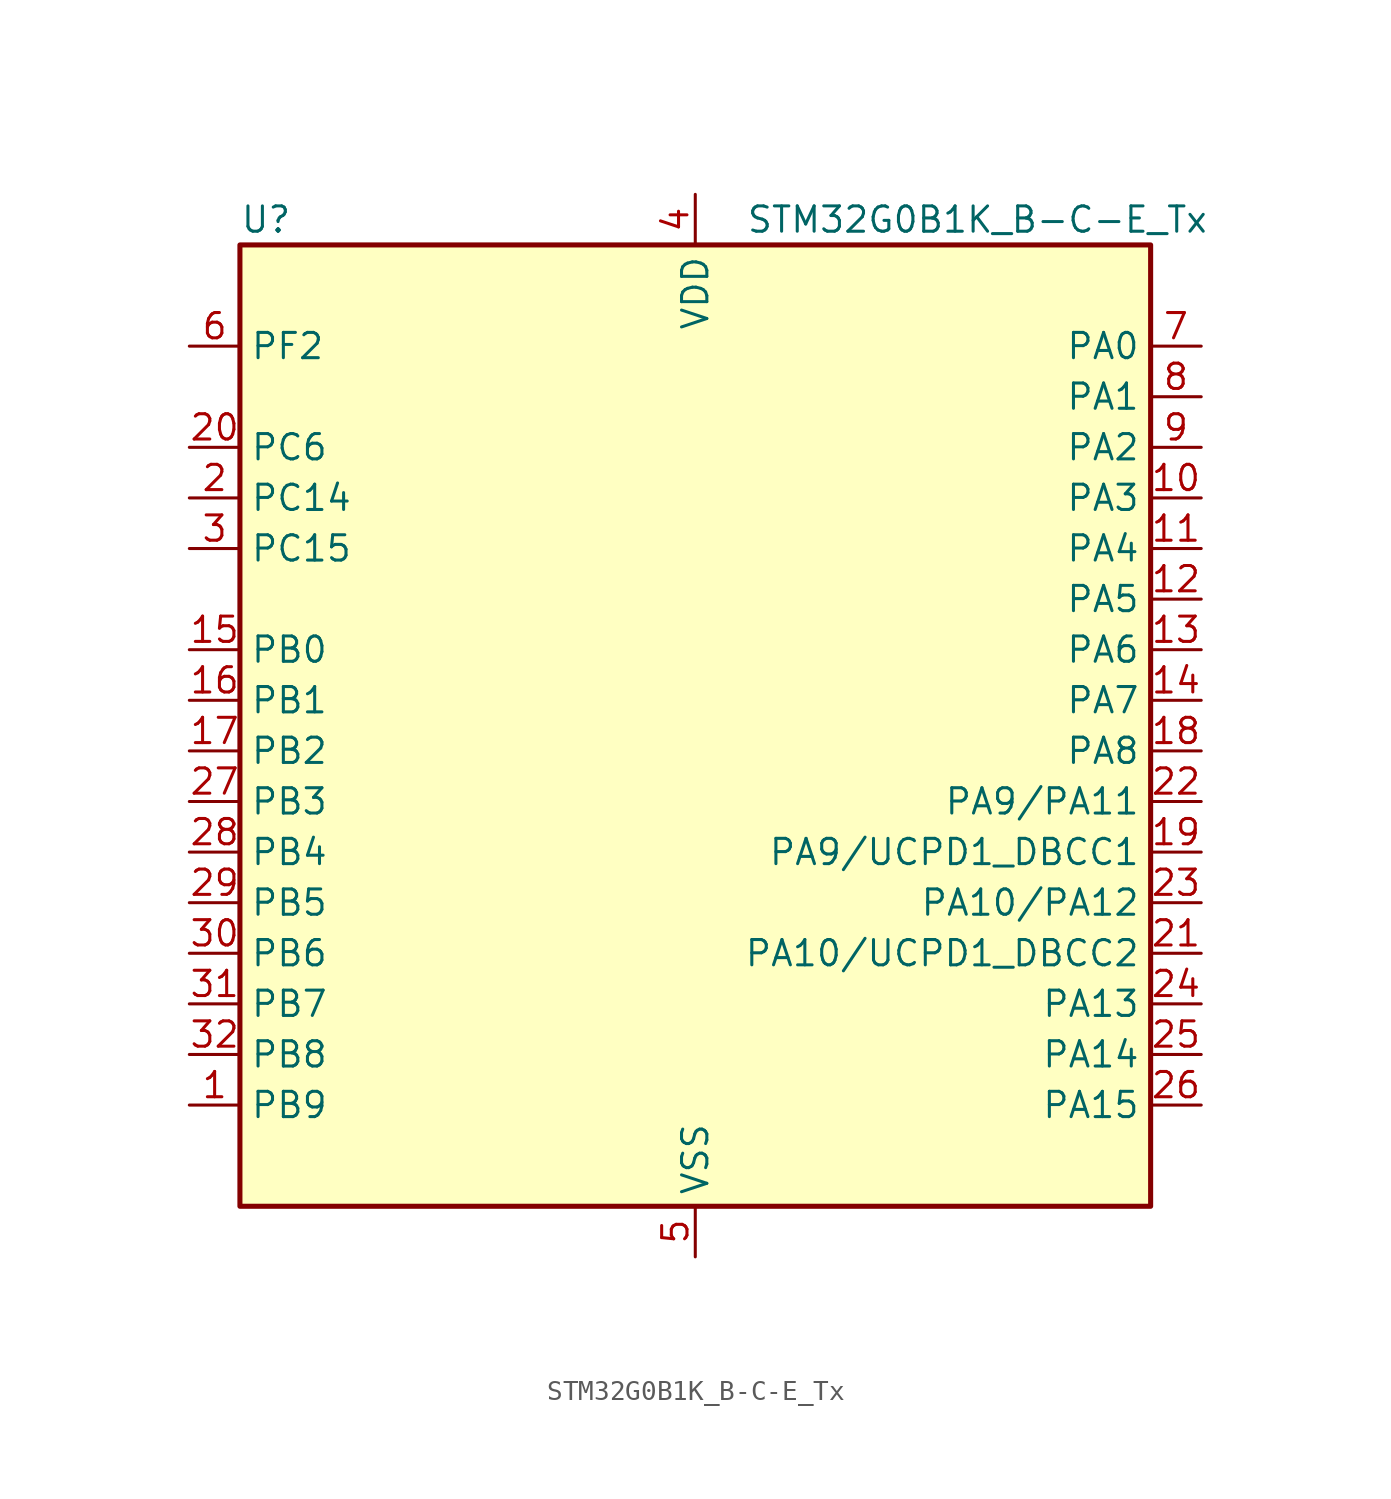
<source format=kicad_sym>
(kicad_symbol_lib
  (version 20241209)
  (generator "kicad_symbol_editor")
  (generator_version "9.0")
  (symbol "STM32G0B1K_B-C-E_Tx"
    (property "Reference" "U"
      (at -22.86 26.67 0)
      (effects (font (size 1.27 1.27)) (justify left)))
    (property "Value" "STM32G0B1K_B-C-E_Tx"
      (at 2.54 26.67 0)
      (effects (font (size 1.27 1.27)) (justify left)))
    (symbol "STM32G0B1K_B-C-E_Tx_0_1"
      (rectangle (start -22.86 -22.86) (end 22.86 25.4) (stroke (width 0.254) (type default)) (fill (type background))))
    (symbol "STM32G0B1K_B-C-E_Tx_1_1"
      (pin bidirectional line (at -25.4 20.32 0) (length 2.54) (name "PF2" (effects (font (size 1.27 1.27)))) (number "6" (effects (font (size 1.27 1.27)))) (alternate "LPUART2_DE" bidirectional line) (alternate "LPUART2_RTS" bidirectional line) (alternate "LPUART2_TX" bidirectional line) (alternate "RCC_MCO" bidirectional line))
      (pin bidirectional line (at -25.4 15.24 0) (length 2.54) (name "PC6" (effects (font (size 1.27 1.27)))) (number "20" (effects (font (size 1.27 1.27)))) (alternate "LPUART2_TX" bidirectional line) (alternate "TIM2_CH3" bidirectional line) (alternate "TIM3_CH1" bidirectional line) (alternate "UCPD1_FRSTX1" bidirectional line) (alternate "UCPD1_FRSTX2" bidirectional line))
      (pin bidirectional line (at -25.4 12.7 0) (length 2.54) (name "PC14" (effects (font (size 1.27 1.27)))) (number "2" (effects (font (size 1.27 1.27)))) (alternate "RCC_OSC32_IN" bidirectional line) (alternate "RCC_OSC_IN" bidirectional line) (alternate "TIM1_BK2" bidirectional line))
      (pin bidirectional line (at -25.4 10.16 0) (length 2.54) (name "PC15" (effects (font (size 1.27 1.27)))) (number "3" (effects (font (size 1.27 1.27)))) (alternate "RCC_OSC32_EN" bidirectional line) (alternate "RCC_OSC32_OUT" bidirectional line) (alternate "RCC_OSC_EN" bidirectional line) (alternate "TIM15_BK" bidirectional line))
      (pin bidirectional line (at -25.4 5.08 0) (length 2.54) (name "PB0" (effects (font (size 1.27 1.27)))) (number "15" (effects (font (size 1.27 1.27)))) (alternate "ADC1_IN8" bidirectional line) (alternate "COMP1_OUT" bidirectional line) (alternate "COMP3_INP" bidirectional line) (alternate "FDCAN2_RX" bidirectional line) (alternate "I2S1_WS" bidirectional line) (alternate "LPTIM1_OUT" bidirectional line) (alternate "LPUART2_CTS" bidirectional line) (alternate "SPI1_NSS" bidirectional line) (alternate "TIM1_CH2N" bidirectional line) (alternate "TIM3_CH3" bidirectional line) (alternate "UCPD1_FRSTX1" bidirectional line) (alternate "UCPD1_FRSTX2" bidirectional line) (alternate "USART3_RX" bidirectional line) (alternate "USART5_TX" bidirectional line))
      (pin bidirectional line (at -25.4 2.54 0) (length 2.54) (name "PB1" (effects (font (size 1.27 1.27)))) (number "16" (effects (font (size 1.27 1.27)))) (alternate "ADC1_IN9" bidirectional line) (alternate "COMP1_INM" bidirectional line) (alternate "COMP3_OUT" bidirectional line) (alternate "FDCAN2_TX" bidirectional line) (alternate "LPTIM2_IN1" bidirectional line) (alternate "LPUART1_DE" bidirectional line) (alternate "LPUART1_RTS" bidirectional line) (alternate "LPUART2_DE" bidirectional line) (alternate "LPUART2_RTS" bidirectional line) (alternate "TIM14_CH1" bidirectional line) (alternate "TIM1_CH3N" bidirectional line) (alternate "TIM3_CH4" bidirectional line) (alternate "USART3_CK" bidirectional line) (alternate "USART3_DE" bidirectional line) (alternate "USART3_RTS" bidirectional line) (alternate "USART5_RX" bidirectional line))
      (pin bidirectional line (at -25.4 0 0) (length 2.54) (name "PB2" (effects (font (size 1.27 1.27)))) (number "17" (effects (font (size 1.27 1.27)))) (alternate "ADC1_IN10" bidirectional line) (alternate "COMP1_INP" bidirectional line) (alternate "COMP3_INM" bidirectional line) (alternate "I2S2_MCK" bidirectional line) (alternate "LPTIM1_OUT" bidirectional line) (alternate "RCC_MCO_2" bidirectional line) (alternate "SPI2_MISO" bidirectional line) (alternate "USART3_TX" bidirectional line))
      (pin bidirectional line (at -25.4 -2.54 0) (length 2.54) (name "PB3" (effects (font (size 1.27 1.27)))) (number "27" (effects (font (size 1.27 1.27)))) (alternate "COMP2_INM" bidirectional line) (alternate "I2C2_SCL" bidirectional line) (alternate "I2C3_SCL" bidirectional line) (alternate "I2S1_CK" bidirectional line) (alternate "SPI1_SCK" bidirectional line) (alternate "SPI3_SCK" bidirectional line) (alternate "TIM1_CH2" bidirectional line) (alternate "TIM2_CH2" bidirectional line) (alternate "USART1_CK" bidirectional line) (alternate "USART1_DE" bidirectional line) (alternate "USART1_RTS" bidirectional line) (alternate "USART5_TX" bidirectional line))
      (pin bidirectional line (at -25.4 -5.08 0) (length 2.54) (name "PB4" (effects (font (size 1.27 1.27)))) (number "28" (effects (font (size 1.27 1.27)))) (alternate "COMP2_INP" bidirectional line) (alternate "I2C2_SDA" bidirectional line) (alternate "I2C3_SDA" bidirectional line) (alternate "I2S1_MCK" bidirectional line) (alternate "SPI1_MISO" bidirectional line) (alternate "SPI3_MISO" bidirectional line) (alternate "TIM17_BK" bidirectional line) (alternate "TIM3_CH1" bidirectional line) (alternate "USART1_CTS" bidirectional line) (alternate "USART1_NSS" bidirectional line) (alternate "USART5_RX" bidirectional line))
      (pin bidirectional line (at -25.4 -7.62 0) (length 2.54) (name "PB5" (effects (font (size 1.27 1.27)))) (number "29" (effects (font (size 1.27 1.27)))) (alternate "COMP2_OUT" bidirectional line) (alternate "FDCAN2_RX" bidirectional line) (alternate "I2C1_SMBA" bidirectional line) (alternate "I2S1_SD" bidirectional line) (alternate "LPTIM1_IN1" bidirectional line) (alternate "SPI1_MOSI" bidirectional line) (alternate "SPI3_MOSI" bidirectional line) (alternate "SYS_WKUP6" bidirectional line) (alternate "TIM16_BK" bidirectional line) (alternate "TIM3_CH2" bidirectional line) (alternate "USART5_CK" bidirectional line) (alternate "USART5_DE" bidirectional line) (alternate "USART5_RTS" bidirectional line))
      (pin bidirectional line (at -25.4 -10.16 0) (length 2.54) (name "PB6" (effects (font (size 1.27 1.27)))) (number "30" (effects (font (size 1.27 1.27)))) (alternate "COMP2_INP" bidirectional line) (alternate "FDCAN2_TX" bidirectional line) (alternate "I2C1_SCL" bidirectional line) (alternate "I2S2_MCK" bidirectional line) (alternate "LPTIM1_ETR" bidirectional line) (alternate "LPUART2_TX" bidirectional line) (alternate "SPI2_MISO" bidirectional line) (alternate "TIM16_CH1N" bidirectional line) (alternate "TIM1_CH3" bidirectional line) (alternate "TIM4_CH1" bidirectional line) (alternate "USART1_TX" bidirectional line) (alternate "USART5_CTS" bidirectional line) (alternate "USART5_NSS" bidirectional line))
      (pin bidirectional line (at -25.4 -12.7 0) (length 2.54) (name "PB7" (effects (font (size 1.27 1.27)))) (number "31" (effects (font (size 1.27 1.27)))) (alternate "COMP2_INM" bidirectional line) (alternate "I2C1_SDA" bidirectional line) (alternate "I2S2_SD" bidirectional line) (alternate "LPTIM1_IN2" bidirectional line) (alternate "LPUART2_RX" bidirectional line) (alternate "SPI2_MOSI" bidirectional line) (alternate "SYS_PVD_IN" bidirectional line) (alternate "TIM17_CH1N" bidirectional line) (alternate "TIM4_CH2" bidirectional line) (alternate "USART1_RX" bidirectional line) (alternate "USART4_CTS" bidirectional line) (alternate "USART4_NSS" bidirectional line))
      (pin bidirectional line (at -25.4 -15.24 0) (length 2.54) (name "PB8" (effects (font (size 1.27 1.27)))) (number "32" (effects (font (size 1.27 1.27)))) (alternate "CEC" bidirectional line) (alternate "FDCAN1_RX" bidirectional line) (alternate "I2C1_SCL" bidirectional line) (alternate "I2S2_CK" bidirectional line) (alternate "SPI2_SCK" bidirectional line) (alternate "TIM15_BK" bidirectional line) (alternate "TIM16_CH1" bidirectional line) (alternate "TIM4_CH3" bidirectional line) (alternate "USART3_TX" bidirectional line) (alternate "USART6_TX" bidirectional line))
      (pin bidirectional line (at -25.4 -17.78 0) (length 2.54) (name "PB9" (effects (font (size 1.27 1.27)))) (number "1" (effects (font (size 1.27 1.27)))) (alternate "DAC1_EXTI9" bidirectional line) (alternate "FDCAN1_TX" bidirectional line) (alternate "I2C1_SDA" bidirectional line) (alternate "I2S2_WS" bidirectional line) (alternate "IR_OUT" bidirectional line) (alternate "SPI2_NSS" bidirectional line) (alternate "TIM17_CH1" bidirectional line) (alternate "TIM4_CH4" bidirectional line) (alternate "USART3_RX" bidirectional line) (alternate "USART6_RX" bidirectional line))
      (pin power_in line (at 0 27.94 270) (length 2.54) (name "VDD" (effects (font (size 1.27 1.27)))) (number "4" (effects (font (size 1.27 1.27)))))
      (pin power_in line (at 0 -25.4 90) (length 2.54) (name "VSS" (effects (font (size 1.27 1.27)))) (number "5" (effects (font (size 1.27 1.27)))))
      (pin bidirectional line (at 25.4 20.32 180) (length 2.54) (name "PA0" (effects (font (size 1.27 1.27)))) (number "7" (effects (font (size 1.27 1.27)))) (alternate "ADC1_IN0" bidirectional line) (alternate "COMP1_INM" bidirectional line) (alternate "COMP1_OUT" bidirectional line) (alternate "I2S2_CK" bidirectional line) (alternate "LPTIM1_OUT" bidirectional line) (alternate "RTC_TAMP_IN2" bidirectional line) (alternate "SPI2_SCK" bidirectional line) (alternate "SYS_WKUP1" bidirectional line) (alternate "TIM2_CH1" bidirectional line) (alternate "TIM2_ETR" bidirectional line) (alternate "USART2_CTS" bidirectional line) (alternate "USART2_NSS" bidirectional line) (alternate "USART4_TX" bidirectional line))
      (pin bidirectional line (at 25.4 17.78 180) (length 2.54) (name "PA1" (effects (font (size 1.27 1.27)))) (number "8" (effects (font (size 1.27 1.27)))) (alternate "ADC1_IN1" bidirectional line) (alternate "COMP1_INP" bidirectional line) (alternate "I2C1_SMBA" bidirectional line) (alternate "I2S1_CK" bidirectional line) (alternate "SPI1_SCK" bidirectional line) (alternate "TIM15_CH1N" bidirectional line) (alternate "TIM2_CH2" bidirectional line) (alternate "USART2_CK" bidirectional line) (alternate "USART2_DE" bidirectional line) (alternate "USART2_RTS" bidirectional line) (alternate "USART4_RX" bidirectional line))
      (pin bidirectional line (at 25.4 15.24 180) (length 2.54) (name "PA2" (effects (font (size 1.27 1.27)))) (number "9" (effects (font (size 1.27 1.27)))) (alternate "ADC1_IN2" bidirectional line) (alternate "COMP2_INM" bidirectional line) (alternate "COMP2_OUT" bidirectional line) (alternate "I2S1_SD" bidirectional line) (alternate "LPUART1_TX" bidirectional line) (alternate "RCC_LSCO" bidirectional line) (alternate "SPI1_MOSI" bidirectional line) (alternate "SYS_WKUP4" bidirectional line) (alternate "TIM15_CH1" bidirectional line) (alternate "TIM2_CH3" bidirectional line) (alternate "UCPD1_FRSTX1" bidirectional line) (alternate "UCPD1_FRSTX2" bidirectional line) (alternate "USART2_TX" bidirectional line))
      (pin bidirectional line (at 25.4 12.7 180) (length 2.54) (name "PA3" (effects (font (size 1.27 1.27)))) (number "10" (effects (font (size 1.27 1.27)))) (alternate "ADC1_IN3" bidirectional line) (alternate "COMP2_INP" bidirectional line) (alternate "I2S2_MCK" bidirectional line) (alternate "LPUART1_RX" bidirectional line) (alternate "SPI2_MISO" bidirectional line) (alternate "TIM15_CH2" bidirectional line) (alternate "TIM2_CH4" bidirectional line) (alternate "USART2_RX" bidirectional line))
      (pin bidirectional line (at 25.4 10.16 180) (length 2.54) (name "PA4" (effects (font (size 1.27 1.27)))) (number "11" (effects (font (size 1.27 1.27)))) (alternate "ADC1_IN4" bidirectional line) (alternate "DAC1_OUT1" bidirectional line) (alternate "I2S1_WS" bidirectional line) (alternate "I2S2_SD" bidirectional line) (alternate "LPTIM2_OUT" bidirectional line) (alternate "RTC_OUT1" bidirectional line) (alternate "RTC_TAMP_IN1" bidirectional line) (alternate "RTC_TS" bidirectional line) (alternate "SPI1_NSS" bidirectional line) (alternate "SPI2_MOSI" bidirectional line) (alternate "SPI3_NSS" bidirectional line) (alternate "SYS_WKUP2" bidirectional line) (alternate "TIM14_CH1" bidirectional line) (alternate "USART6_TX" bidirectional line) (alternate "USB_NOE" bidirectional line))
      (pin bidirectional line (at 25.4 7.62 180) (length 2.54) (name "PA5" (effects (font (size 1.27 1.27)))) (number "12" (effects (font (size 1.27 1.27)))) (alternate "ADC1_IN5" bidirectional line) (alternate "CEC" bidirectional line) (alternate "DAC1_OUT2" bidirectional line) (alternate "I2S1_CK" bidirectional line) (alternate "LPTIM2_ETR" bidirectional line) (alternate "SPI1_SCK" bidirectional line) (alternate "TIM2_CH1" bidirectional line) (alternate "TIM2_ETR" bidirectional line) (alternate "UCPD1_FRSTX1" bidirectional line) (alternate "UCPD1_FRSTX2" bidirectional line) (alternate "USART3_TX" bidirectional line) (alternate "USART6_RX" bidirectional line))
      (pin bidirectional line (at 25.4 5.08 180) (length 2.54) (name "PA6" (effects (font (size 1.27 1.27)))) (number "13" (effects (font (size 1.27 1.27)))) (alternate "ADC1_IN6" bidirectional line) (alternate "COMP1_OUT" bidirectional line) (alternate "I2C2_SDA" bidirectional line) (alternate "I2C3_SDA" bidirectional line) (alternate "I2S1_MCK" bidirectional line) (alternate "LPUART1_CTS" bidirectional line) (alternate "SPI1_MISO" bidirectional line) (alternate "TIM16_CH1" bidirectional line) (alternate "TIM1_BK" bidirectional line) (alternate "TIM3_CH1" bidirectional line) (alternate "USART3_CTS" bidirectional line) (alternate "USART3_NSS" bidirectional line) (alternate "USART6_CTS" bidirectional line) (alternate "USART6_NSS" bidirectional line))
      (pin bidirectional line (at 25.4 2.54 180) (length 2.54) (name "PA7" (effects (font (size 1.27 1.27)))) (number "14" (effects (font (size 1.27 1.27)))) (alternate "ADC1_IN7" bidirectional line) (alternate "COMP2_OUT" bidirectional line) (alternate "I2C2_SCL" bidirectional line) (alternate "I2C3_SCL" bidirectional line) (alternate "I2S1_SD" bidirectional line) (alternate "SPI1_MOSI" bidirectional line) (alternate "TIM14_CH1" bidirectional line) (alternate "TIM17_CH1" bidirectional line) (alternate "TIM1_CH1N" bidirectional line) (alternate "TIM3_CH2" bidirectional line) (alternate "UCPD1_FRSTX1" bidirectional line) (alternate "UCPD1_FRSTX2" bidirectional line) (alternate "USART6_CK" bidirectional line) (alternate "USART6_DE" bidirectional line) (alternate "USART6_RTS" bidirectional line))
      (pin bidirectional line (at 25.4 0 180) (length 2.54) (name "PA8" (effects (font (size 1.27 1.27)))) (number "18" (effects (font (size 1.27 1.27)))) (alternate "CRS1_SYNC" bidirectional line) (alternate "I2C2_SMBA" bidirectional line) (alternate "I2S2_WS" bidirectional line) (alternate "LPTIM2_OUT" bidirectional line) (alternate "RCC_MCO" bidirectional line) (alternate "SPI2_NSS" bidirectional line) (alternate "TIM1_CH1" bidirectional line) (alternate "UCPD1_CC1" bidirectional line))
      (pin bidirectional line (at 25.4 -2.54 180) (length 2.54) (name "PA9/PA11" (effects (font (size 1.27 1.27)))) (number "22" (effects (font (size 1.27 1.27)))) (alternate "ADC1_EXTI11 (PA11)" bidirectional line) (alternate "COMP1_OUT (PA11)" bidirectional line) (alternate "DAC1_EXTI9 (PA9)" bidirectional line) (alternate "FDCAN1_RX (PA11)" bidirectional line) (alternate "I2C1_SCL (PA9)" bidirectional line) (alternate "I2C2_SCL (PA11)" bidirectional line) (alternate "I2C2_SCL (PA9)" bidirectional line) (alternate "I2S1_MCK (PA11)" bidirectional line) (alternate "I2S2_MCK (PA9)" bidirectional line) (alternate "PA11" bidirectional line) (alternate "PA9" bidirectional line) (alternate "RCC_MCO (PA9)" bidirectional line) (alternate "SPI1_MISO (PA11)" bidirectional line) (alternate "SPI2_MISO (PA9)" bidirectional line) (alternate "TIM15_BK (PA9)" bidirectional line) (alternate "TIM1_BK2 (PA11)" bidirectional line) (alternate "TIM1_CH2 (PA9)" bidirectional line) (alternate "TIM1_CH4 (PA11)" bidirectional line) (alternate "UCPD1_DBCC1 (PA9)" bidirectional line) (alternate "USART1_CTS (PA11)" bidirectional line) (alternate "USART1_NSS (PA11)" bidirectional line) (alternate "USART1_TX (PA9)" bidirectional line) (alternate "USB_DM (PA11)" bidirectional line))
      (pin bidirectional line (at 25.4 -5.08 180) (length 2.54) (name "PA9/UCPD1_DBCC1" (effects (font (size 1.27 1.27)))) (number "19" (effects (font (size 1.27 1.27)))) (alternate "DAC1_EXTI9 (PA9)" bidirectional line) (alternate "I2C1_SCL (PA9)" bidirectional line) (alternate "I2C2_SCL (PA9)" bidirectional line) (alternate "I2S2_MCK (PA9)" bidirectional line) (alternate "PA9" bidirectional line) (alternate "RCC_MCO (PA9)" bidirectional line) (alternate "SPI2_MISO (PA9)" bidirectional line) (alternate "TIM15_BK (PA9)" bidirectional line) (alternate "TIM1_CH2 (PA9)" bidirectional line) (alternate "UCPD1_DBCC1" bidirectional line) (alternate "UCPD1_DBCC1 (PA9)" bidirectional line) (alternate "UCPD1_DBCC1 (UCPD1_DBCC1)" bidirectional line) (alternate "USART1_TX (PA9)" bidirectional line))
      (pin bidirectional line (at 25.4 -7.62 180) (length 2.54) (name "PA10/PA12" (effects (font (size 1.27 1.27)))) (number "23" (effects (font (size 1.27 1.27)))) (alternate "COMP2_OUT (PA12)" bidirectional line) (alternate "FDCAN1_TX (PA12)" bidirectional line) (alternate "I2C1_SDA (PA10)" bidirectional line) (alternate "I2C2_SDA (PA10)" bidirectional line) (alternate "I2C2_SDA (PA12)" bidirectional line) (alternate "I2S1_SD (PA12)" bidirectional line) (alternate "I2S2_SD (PA10)" bidirectional line) (alternate "I2S_CKIN (PA12)" bidirectional line) (alternate "PA10" bidirectional line) (alternate "PA12" bidirectional line) (alternate "RCC_MCO_2 (PA10)" bidirectional line) (alternate "SPI1_MOSI (PA12)" bidirectional line) (alternate "SPI2_MOSI (PA10)" bidirectional line) (alternate "TIM17_BK (PA10)" bidirectional line) (alternate "TIM1_CH3 (PA10)" bidirectional line) (alternate "TIM1_ETR (PA12)" bidirectional line) (alternate "UCPD1_DBCC2 (PA10)" bidirectional line) (alternate "USART1_CK (PA12)" bidirectional line) (alternate "USART1_DE (PA12)" bidirectional line) (alternate "USART1_RTS (PA12)" bidirectional line) (alternate "USART1_RX (PA10)" bidirectional line) (alternate "USB_DP (PA12)" bidirectional line))
      (pin bidirectional line (at 25.4 -10.16 180) (length 2.54) (name "PA10/UCPD1_DBCC2" (effects (font (size 1.27 1.27)))) (number "21" (effects (font (size 1.27 1.27)))) (alternate "I2C1_SDA (PA10)" bidirectional line) (alternate "I2C2_SDA (PA10)" bidirectional line) (alternate "I2S2_SD (PA10)" bidirectional line) (alternate "PA10" bidirectional line) (alternate "RCC_MCO_2 (PA10)" bidirectional line) (alternate "SPI2_MOSI (PA10)" bidirectional line) (alternate "TIM17_BK (PA10)" bidirectional line) (alternate "TIM1_CH3 (PA10)" bidirectional line) (alternate "UCPD1_DBCC2" bidirectional line) (alternate "UCPD1_DBCC2 (PA10)" bidirectional line) (alternate "UCPD1_DBCC2 (UCPD1_DBCC2)" bidirectional line) (alternate "USART1_RX (PA10)" bidirectional line))
      (pin bidirectional line (at 25.4 -12.7 180) (length 2.54) (name "PA13" (effects (font (size 1.27 1.27)))) (number "24" (effects (font (size 1.27 1.27)))) (alternate "IR_OUT" bidirectional line) (alternate "LPUART2_RX" bidirectional line) (alternate "SYS_SWDIO" bidirectional line) (alternate "USB_NOE" bidirectional line))
      (pin bidirectional line (at 25.4 -15.24 180) (length 2.54) (name "PA14" (effects (font (size 1.27 1.27)))) (number "25" (effects (font (size 1.27 1.27)))) (alternate "LPUART2_TX" bidirectional line) (alternate "SYS_SWCLK" bidirectional line) (alternate "USART2_TX" bidirectional line))
      (pin bidirectional line (at 25.4 -17.78 180) (length 2.54) (name "PA15" (effects (font (size 1.27 1.27)))) (number "26" (effects (font (size 1.27 1.27)))) (alternate "I2C2_SMBA" bidirectional line) (alternate "I2S1_WS" bidirectional line) (alternate "RCC_MCO_2" bidirectional line) (alternate "SPI1_NSS" bidirectional line) (alternate "SPI3_NSS" bidirectional line) (alternate "TIM2_CH1" bidirectional line) (alternate "TIM2_ETR" bidirectional line) (alternate "USART2_RX" bidirectional line) (alternate "USART3_CK" bidirectional line) (alternate "USART3_DE" bidirectional line) (alternate "USART3_RTS" bidirectional line) (alternate "USART4_CK" bidirectional line) (alternate "USART4_DE" bidirectional line) (alternate "USART4_RTS" bidirectional line) (alternate "USB_NOE" bidirectional line)))))
</source>
